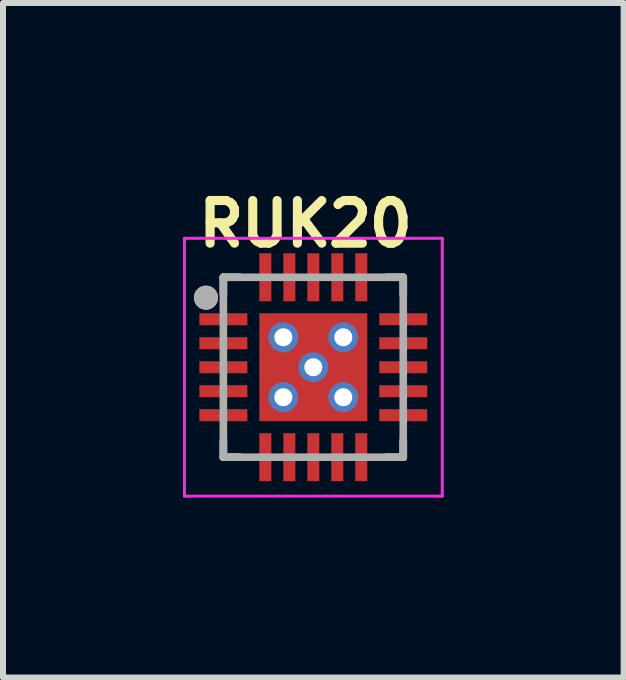
<source format=kicad_pcb>
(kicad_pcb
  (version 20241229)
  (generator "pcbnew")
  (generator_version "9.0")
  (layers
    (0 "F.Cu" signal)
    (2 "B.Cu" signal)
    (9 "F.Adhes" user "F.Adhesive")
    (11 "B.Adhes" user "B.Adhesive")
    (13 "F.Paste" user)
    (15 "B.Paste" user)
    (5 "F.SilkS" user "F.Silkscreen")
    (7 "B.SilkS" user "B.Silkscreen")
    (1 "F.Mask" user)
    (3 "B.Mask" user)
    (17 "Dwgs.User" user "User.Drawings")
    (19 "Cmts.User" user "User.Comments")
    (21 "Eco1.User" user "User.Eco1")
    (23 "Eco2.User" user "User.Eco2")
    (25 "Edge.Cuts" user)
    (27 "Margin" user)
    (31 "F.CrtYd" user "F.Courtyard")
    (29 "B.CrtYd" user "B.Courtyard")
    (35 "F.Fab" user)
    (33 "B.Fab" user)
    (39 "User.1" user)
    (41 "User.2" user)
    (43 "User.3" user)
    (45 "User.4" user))
  (footprint "RUK20"
    (layer "F.Cu")
    (at 2.175 3.074)
    (property "Reference" "RUK20" (at -0.13 -2.39 0) (layer "F.SilkS") (effects (font (size 0.711 0.711) (thickness 0.152) (bold yes))))
    (attr smd)
    (fp_poly (pts (xy -1.95 -0.95) (xy -1.05 -0.95) (xy -1.05 -0.65) (xy -1.95 -0.65)) (stroke (width 0.01) (type solid)) (fill yes) (layer "F.Mask"))
    (fp_poly (pts (xy -1.95 -0.55) (xy -1.05 -0.55) (xy -1.05 -0.25) (xy -1.95 -0.25)) (stroke (width 0.01) (type solid)) (fill yes) (layer "F.Mask"))
    (fp_poly (pts (xy -1.95 -0.15) (xy -1.05 -0.15) (xy -1.05 0.15) (xy -1.95 0.15)) (stroke (width 0.01) (type solid)) (fill yes) (layer "F.Mask"))
    (fp_poly (pts (xy -1.95 0.25) (xy -1.05 0.25) (xy -1.05 0.55) (xy -1.95 0.55)) (stroke (width 0.01) (type solid)) (fill yes) (layer "F.Mask"))
    (fp_poly (pts (xy -1.95 0.65) (xy -1.05 0.65) (xy -1.05 0.95) (xy -1.95 0.95)) (stroke (width 0.01) (type solid)) (fill yes) (layer "F.Mask"))
    (fp_poly (pts (xy -0.95 -1.95) (xy -0.65 -1.95) (xy -0.65 -1.05) (xy -0.95 -1.05)) (stroke (width 0.01) (type solid)) (fill yes) (layer "F.Mask"))
    (fp_poly (pts (xy -0.95 -0.95) (xy 0.95 -0.95) (xy 0.95 0.95) (xy -0.95 0.95)) (stroke (width 0.01) (type solid)) (fill yes) (layer "F.Mask"))
    (fp_poly (pts (xy -0.95 1.05) (xy -0.65 1.05) (xy -0.65 1.95) (xy -0.95 1.95)) (stroke (width 0.01) (type solid)) (fill yes) (layer "F.Mask"))
    (fp_poly (pts (xy -0.55 -1.95) (xy -0.25 -1.95) (xy -0.25 -1.05) (xy -0.55 -1.05)) (stroke (width 0.01) (type solid)) (fill yes) (layer "F.Mask"))
    (fp_poly (pts (xy -0.55 1.05) (xy -0.25 1.05) (xy -0.25 1.95) (xy -0.55 1.95)) (stroke (width 0.01) (type solid)) (fill yes) (layer "F.Mask"))
    (fp_poly (pts (xy -0.15 -1.95) (xy 0.15 -1.95) (xy 0.15 -1.05) (xy -0.15 -1.05)) (stroke (width 0.01) (type solid)) (fill yes) (layer "F.Mask"))
    (fp_poly (pts (xy -0.15 1.05) (xy 0.15 1.05) (xy 0.15 1.95) (xy -0.15 1.95)) (stroke (width 0.01) (type solid)) (fill yes) (layer "F.Mask"))
    (fp_poly (pts (xy 0.25 -1.95) (xy 0.55 -1.95) (xy 0.55 -1.05) (xy 0.25 -1.05)) (stroke (width 0.01) (type solid)) (fill yes) (layer "F.Mask"))
    (fp_poly (pts (xy 0.25 1.05) (xy 0.55 1.05) (xy 0.55 1.95) (xy 0.25 1.95)) (stroke (width 0.01) (type solid)) (fill yes) (layer "F.Mask"))
    (fp_poly (pts (xy 0.65 -1.95) (xy 0.95 -1.95) (xy 0.95 -1.05) (xy 0.65 -1.05)) (stroke (width 0.01) (type solid)) (fill yes) (layer "F.Mask"))
    (fp_poly (pts (xy 0.65 1.05) (xy 0.95 1.05) (xy 0.95 1.95) (xy 0.65 1.95)) (stroke (width 0.01) (type solid)) (fill yes) (layer "F.Mask"))
    (fp_poly (pts (xy 1.05 -0.95) (xy 1.95 -0.95) (xy 1.95 -0.65) (xy 1.05 -0.65)) (stroke (width 0.01) (type solid)) (fill yes) (layer "F.Mask"))
    (fp_poly (pts (xy 1.05 -0.55) (xy 1.95 -0.55) (xy 1.95 -0.25) (xy 1.05 -0.25)) (stroke (width 0.01) (type solid)) (fill yes) (layer "F.Mask"))
    (fp_poly (pts (xy 1.05 -0.15) (xy 1.95 -0.15) (xy 1.95 0.15) (xy 1.05 0.15)) (stroke (width 0.01) (type solid)) (fill yes) (layer "F.Mask"))
    (fp_poly (pts (xy 1.05 0.25) (xy 1.95 0.25) (xy 1.95 0.55) (xy 1.05 0.55)) (stroke (width 0.01) (type solid)) (fill yes) (layer "F.Mask"))
    (fp_poly (pts (xy 1.05 0.65) (xy 1.95 0.65) (xy 1.95 0.95) (xy 1.05 0.95)) (stroke (width 0.01) (type solid)) (fill yes) (layer "F.Mask"))
    (fp_line (start -1.5 -1.5) (end -1.5 -1.22) (stroke (width 0.127) (type solid)) (layer "F.SilkS"))
    (fp_line (start -1.5 -1.5) (end -1.22 -1.5) (stroke (width 0.127) (type solid)) (layer "F.SilkS"))
    (fp_line (start -1.5 1.5) (end -1.5 1.22) (stroke (width 0.127) (type solid)) (layer "F.SilkS"))
    (fp_line (start -1.5 1.5) (end -1.22 1.5) (stroke (width 0.127) (type solid)) (layer "F.SilkS"))
    (fp_line (start 1.5 -1.5) (end 1.22 -1.5) (stroke (width 0.127) (type solid)) (layer "F.SilkS"))
    (fp_line (start 1.5 -1.5) (end 1.5 -1.22) (stroke (width 0.127) (type solid)) (layer "F.SilkS"))
    (fp_line (start 1.5 1.5) (end 1.22 1.5) (stroke (width 0.127) (type solid)) (layer "F.SilkS"))
    (fp_line (start 1.5 1.5) (end 1.5 1.22) (stroke (width 0.127) (type solid)) (layer "F.SilkS"))
    (fp_circle (center -1.79 -1.16) (end -1.69 -1.16) (stroke (width 0.2) (type solid)) (fill no) (layer "F.SilkS"))
    (fp_poly (pts (xy -1.875 -0.9) (xy -1.125 -0.9) (xy -1.125 -0.7) (xy -1.875 -0.7)) (stroke (width 0.01) (type solid)) (fill yes) (layer "F.Paste"))
    (fp_poly (pts (xy -1.875 -0.5) (xy -1.125 -0.5) (xy -1.125 -0.3) (xy -1.875 -0.3)) (stroke (width 0.01) (type solid)) (fill yes) (layer "F.Paste"))
    (fp_poly (pts (xy -1.875 -0.1) (xy -1.125 -0.1) (xy -1.125 0.1) (xy -1.875 0.1)) (stroke (width 0.01) (type solid)) (fill yes) (layer "F.Paste"))
    (fp_poly (pts (xy -1.875 0.3) (xy -1.125 0.3) (xy -1.125 0.5) (xy -1.875 0.5)) (stroke (width 0.01) (type solid)) (fill yes) (layer "F.Paste"))
    (fp_poly (pts (xy -1.875 0.7) (xy -1.125 0.7) (xy -1.125 0.9) (xy -1.875 0.9)) (stroke (width 0.01) (type solid)) (fill yes) (layer "F.Paste"))
    (fp_poly (pts (xy -0.9 -1.875) (xy -0.7 -1.875) (xy -0.7 -1.125) (xy -0.9 -1.125)) (stroke (width 0.01) (type solid)) (fill yes) (layer "F.Paste"))
    (fp_poly (pts (xy -0.9 1.125) (xy -0.7 1.125) (xy -0.7 1.875) (xy -0.9 1.875)) (stroke (width 0.01) (type solid)) (fill yes) (layer "F.Paste"))
    (fp_poly (pts (xy -0.88 -0.88) (xy -0.15 -0.88) (xy -0.15 -0.15) (xy -0.88 -0.15)) (stroke (width 0.01) (type solid)) (fill yes) (layer "F.Paste"))
    (fp_poly (pts (xy -0.88 0.15) (xy -0.15 0.15) (xy -0.15 0.88) (xy -0.88 0.88)) (stroke (width 0.01) (type solid)) (fill yes) (layer "F.Paste"))
    (fp_poly (pts (xy -0.5 -1.875) (xy -0.3 -1.875) (xy -0.3 -1.125) (xy -0.5 -1.125)) (stroke (width 0.01) (type solid)) (fill yes) (layer "F.Paste"))
    (fp_poly (pts (xy -0.5 1.125) (xy -0.3 1.125) (xy -0.3 1.875) (xy -0.5 1.875)) (stroke (width 0.01) (type solid)) (fill yes) (layer "F.Paste"))
    (fp_poly (pts (xy -0.1 -1.875) (xy 0.1 -1.875) (xy 0.1 -1.125) (xy -0.1 -1.125)) (stroke (width 0.01) (type solid)) (fill yes) (layer "F.Paste"))
    (fp_poly (pts (xy -0.1 1.125) (xy 0.1 1.125) (xy 0.1 1.875) (xy -0.1 1.875)) (stroke (width 0.01) (type solid)) (fill yes) (layer "F.Paste"))
    (fp_poly (pts (xy 0.15 -0.88) (xy 0.88 -0.88) (xy 0.88 -0.15) (xy 0.15 -0.15)) (stroke (width 0.01) (type solid)) (fill yes) (layer "F.Paste"))
    (fp_poly (pts (xy 0.15 0.15) (xy 0.88 0.15) (xy 0.88 0.88) (xy 0.15 0.88)) (stroke (width 0.01) (type solid)) (fill yes) (layer "F.Paste"))
    (fp_poly (pts (xy 0.3 -1.875) (xy 0.5 -1.875) (xy 0.5 -1.125) (xy 0.3 -1.125)) (stroke (width 0.01) (type solid)) (fill yes) (layer "F.Paste"))
    (fp_poly (pts (xy 0.3 1.125) (xy 0.5 1.125) (xy 0.5 1.875) (xy 0.3 1.875)) (stroke (width 0.01) (type solid)) (fill yes) (layer "F.Paste"))
    (fp_poly (pts (xy 0.7 -1.875) (xy 0.9 -1.875) (xy 0.9 -1.125) (xy 0.7 -1.125)) (stroke (width 0.01) (type solid)) (fill yes) (layer "F.Paste"))
    (fp_poly (pts (xy 0.7 1.125) (xy 0.9 1.125) (xy 0.9 1.875) (xy 0.7 1.875)) (stroke (width 0.01) (type solid)) (fill yes) (layer "F.Paste"))
    (fp_poly (pts (xy 1.125 -0.9) (xy 1.875 -0.9) (xy 1.875 -0.7) (xy 1.125 -0.7)) (stroke (width 0.01) (type solid)) (fill yes) (layer "F.Paste"))
    (fp_poly (pts (xy 1.125 -0.5) (xy 1.875 -0.5) (xy 1.875 -0.3) (xy 1.125 -0.3)) (stroke (width 0.01) (type solid)) (fill yes) (layer "F.Paste"))
    (fp_poly (pts (xy 1.125 -0.1) (xy 1.875 -0.1) (xy 1.875 0.1) (xy 1.125 0.1)) (stroke (width 0.01) (type solid)) (fill yes) (layer "F.Paste"))
    (fp_poly (pts (xy 1.125 0.3) (xy 1.875 0.3) (xy 1.875 0.5) (xy 1.125 0.5)) (stroke (width 0.01) (type solid)) (fill yes) (layer "F.Paste"))
    (fp_poly (pts (xy 1.125 0.7) (xy 1.875 0.7) (xy 1.875 0.9) (xy 1.125 0.9)) (stroke (width 0.01) (type solid)) (fill yes) (layer "F.Paste"))
    (fp_line (start -2.15 -2.15) (end 2.15 -2.15) (stroke (width 0.05) (type solid)) (layer "F.CrtYd"))
    (fp_line (start -2.15 2.15) (end -2.15 -2.15) (stroke (width 0.05) (type solid)) (layer "F.CrtYd"))
    (fp_line (start -2.15 2.15) (end 2.15 2.15) (stroke (width 0.05) (type solid)) (layer "F.CrtYd"))
    (fp_line (start 2.15 2.15) (end 2.15 -2.15) (stroke (width 0.05) (type solid)) (layer "F.CrtYd"))
    (fp_line (start -1.5 1.5) (end -1.5 -1.5) (stroke (width 0.127) (type solid)) (layer "F.Fab"))
    (fp_line (start 1.5 -1.5) (end -1.5 -1.5) (stroke (width 0.127) (type solid)) (layer "F.Fab"))
    (fp_line (start 1.5 1.5) (end -1.5 1.5) (stroke (width 0.127) (type solid)) (layer "F.Fab"))
    (fp_line (start 1.5 1.5) (end 1.5 -1.5) (stroke (width 0.127) (type solid)) (layer "F.Fab"))
    (fp_circle (center -1.79 -1.16) (end -1.69 -1.16) (stroke (width 0.2) (type solid)) (fill no) (layer "F.Fab"))
    (pad "1" smd rect (at -1.5 -0.8) (size 0.8 0.2) (layers "F.Cu"))
    (pad "2" smd rect (at -1.5 -0.4) (size 0.8 0.2) (layers "F.Cu"))
    (pad "3" smd rect (at -1.5 0) (size 0.8 0.2) (layers "F.Cu"))
    (pad "4" smd rect (at -1.5 0.4) (size 0.8 0.2) (layers "F.Cu"))
    (pad "5" smd rect (at -1.5 0.8) (size 0.8 0.2) (layers "F.Cu"))
    (pad "6" smd rect (at -0.8 1.5) (size 0.2 0.8) (layers "F.Cu"))
    (pad "7" smd rect (at -0.4 1.5) (size 0.2 0.8) (layers "F.Cu"))
    (pad "8" smd rect (at 0 1.5) (size 0.2 0.8) (layers "F.Cu"))
    (pad "9" smd rect (at 0.4 1.5) (size 0.2 0.8) (layers "F.Cu"))
    (pad "10" smd rect (at 0.8 1.5) (size 0.2 0.8) (layers "F.Cu"))
    (pad "11" smd rect (at 1.5 0.8) (size 0.8 0.2) (layers "F.Cu"))
    (pad "12" smd rect (at 1.5 0.4) (size 0.8 0.2) (layers "F.Cu"))
    (pad "13" smd rect (at 1.5 0) (size 0.8 0.2) (layers "F.Cu"))
    (pad "14" smd rect (at 1.5 -0.4) (size 0.8 0.2) (layers "F.Cu"))
    (pad "15" smd rect (at 1.5 -0.8) (size 0.8 0.2) (layers "F.Cu"))
    (pad "16" smd rect (at 0.8 -1.5) (size 0.2 0.8) (layers "F.Cu"))
    (pad "17" smd rect (at 0.4 -1.5) (size 0.2 0.8) (layers "F.Cu"))
    (pad "18" smd rect (at 0 -1.5) (size 0.2 0.8) (layers "F.Cu"))
    (pad "19" smd rect (at -0.4 -1.5) (size 0.2 0.8) (layers "F.Cu"))
    (pad "20" smd rect (at -0.8 -1.5) (size 0.2 0.8) (layers "F.Cu"))
    (pad "21" thru_hole circle (at -0.5 -0.5) (size 0.5 0.5) (drill 0.3) (layers "*.Cu"))
    (pad "21" thru_hole circle (at -0.5 0.5) (size 0.5 0.5) (drill 0.3) (layers "*.Cu"))
    (pad "21" thru_hole circle (at 0 0) (size 0.5 0.5) (drill 0.3) (layers "*.Cu"))
    (pad "21" smd rect (at 0 0) (size 1.8 1.8) (layers "F.Cu"))
    (pad "21" thru_hole circle (at 0.5 -0.5) (size 0.5 0.5) (drill 0.3) (layers "*.Cu"))
    (pad "21" thru_hole circle (at 0.5 0.5) (size 0.5 0.5) (drill 0.3) (layers "*.Cu")))
  (gr_rect
    (start -3 -3)
    (end 7.35 8.249)
    (stroke (width 0.1) (type default))
    (fill no)
    (layer "Edge.Cuts")))
</source>
